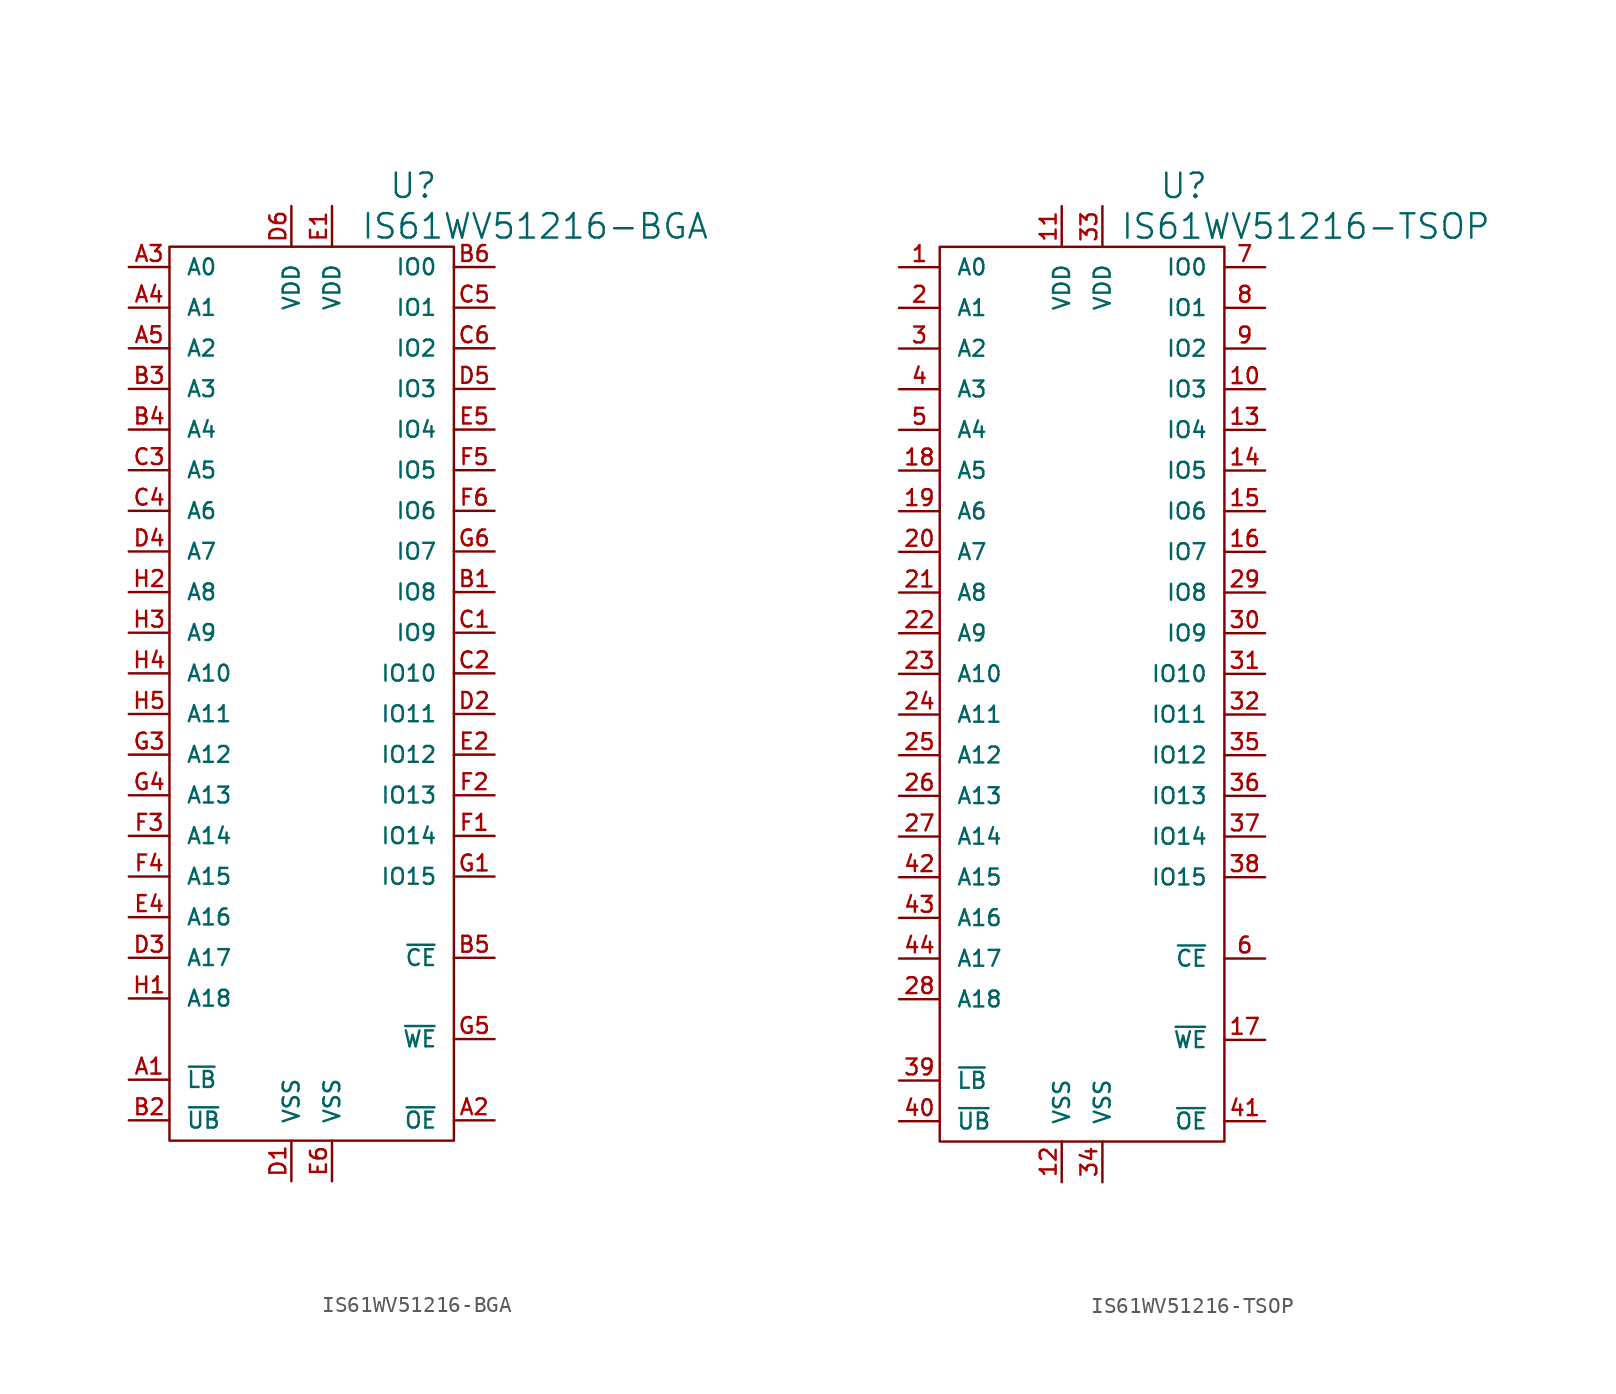
<source format=kicad_sym>
(kicad_symbol_lib
  (version 20220914)
  (generator kicad_symbol_editor)
  (symbol "IS61WV51216-BGA"
    (pin_names
      (offset 1.016))
    (property "Reference" "U"
      (at 6.35 31.75 0)
      (effects (font (size 1.524 1.524))))
    (property "Value" "IS61WV51216-BGA"
      (at 13.97 29.21 0)
      (effects (font (size 1.524 1.524))))
    (property "Footprint" ""
      (at -3.81 6.35 0)
      (effects (font (size 1.524 1.524))))
    (property "Datasheet" ""
      (at 0 0 0)
      (effects (font (size 1.524 1.524))))
    (symbol "IS61WV51216-BGA_0_1"
      (rectangle (start -8.89 27.94) (end 8.89 -27.94) (stroke (width 0) (type solid)) (fill (type none))))
    (symbol "IS61WV51216-BGA_1_1"
      (pin passive line (at -11.43 -24.13 0) (length 2.54) (name "~{LB}" (effects (font (size 0.991 0.991)))) (number "A1" (effects (font (size 0.991 0.991)))))
      (pin passive line (at 11.43 -26.67 180) (length 2.54) (name "~{OE}" (effects (font (size 0.991 0.991)))) (number "A2" (effects (font (size 0.991 0.991)))))
      (pin passive line (at -11.43 26.67 0) (length 2.54) (name "A0" (effects (font (size 0.991 0.991)))) (number "A3" (effects (font (size 0.991 0.991)))))
      (pin passive line (at -11.43 24.13 0) (length 2.54) (name "A1" (effects (font (size 0.991 0.991)))) (number "A4" (effects (font (size 0.991 0.991)))))
      (pin passive line (at -11.43 21.59 0) (length 2.54) (name "A2" (effects (font (size 0.991 0.991)))) (number "A5" (effects (font (size 0.991 0.991)))))
      (pin passive line (at 11.43 6.35 180) (length 2.54) (name "IO8" (effects (font (size 0.991 0.991)))) (number "B1" (effects (font (size 0.991 0.991)))))
      (pin passive line (at -11.43 -26.67 0) (length 2.54) (name "~{UB}" (effects (font (size 0.991 0.991)))) (number "B2" (effects (font (size 0.991 0.991)))))
      (pin passive line (at -11.43 19.05 0) (length 2.54) (name "A3" (effects (font (size 0.991 0.991)))) (number "B3" (effects (font (size 0.991 0.991)))))
      (pin passive line (at -11.43 16.51 0) (length 2.54) (name "A4" (effects (font (size 0.991 0.991)))) (number "B4" (effects (font (size 0.991 0.991)))))
      (pin passive line (at 11.43 -16.51 180) (length 2.54) (name "~{CE}" (effects (font (size 0.991 0.991)))) (number "B5" (effects (font (size 0.991 0.991)))))
      (pin passive line (at 11.43 26.67 180) (length 2.54) (name "IO0" (effects (font (size 0.991 0.991)))) (number "B6" (effects (font (size 0.991 0.991)))))
      (pin passive line (at 11.43 3.81 180) (length 2.54) (name "IO9" (effects (font (size 0.991 0.991)))) (number "C1" (effects (font (size 0.991 0.991)))))
      (pin passive line (at 11.43 1.27 180) (length 2.54) (name "IO10" (effects (font (size 0.991 0.991)))) (number "C2" (effects (font (size 0.991 0.991)))))
      (pin passive line (at -11.43 13.97 0) (length 2.54) (name "A5" (effects (font (size 0.991 0.991)))) (number "C3" (effects (font (size 0.991 0.991)))))
      (pin passive line (at -11.43 11.43 0) (length 2.54) (name "A6" (effects (font (size 0.991 0.991)))) (number "C4" (effects (font (size 0.991 0.991)))))
      (pin passive line (at 11.43 24.13 180) (length 2.54) (name "IO1" (effects (font (size 0.991 0.991)))) (number "C5" (effects (font (size 0.991 0.991)))))
      (pin passive line (at 11.43 21.59 180) (length 2.54) (name "IO2" (effects (font (size 0.991 0.991)))) (number "C6" (effects (font (size 0.991 0.991)))))
      (pin passive line (at -1.27 -30.48 90) (length 2.54) (name "VSS" (effects (font (size 0.991 0.991)))) (number "D1" (effects (font (size 0.991 0.991)))))
      (pin passive line (at 11.43 -1.27 180) (length 2.54) (name "IO11" (effects (font (size 0.991 0.991)))) (number "D2" (effects (font (size 0.991 0.991)))))
      (pin passive line (at -11.43 -16.51 0) (length 2.54) (name "A17" (effects (font (size 0.991 0.991)))) (number "D3" (effects (font (size 0.991 0.991)))))
      (pin passive line (at -11.43 8.89 0) (length 2.54) (name "A7" (effects (font (size 0.991 0.991)))) (number "D4" (effects (font (size 0.991 0.991)))))
      (pin passive line (at 11.43 19.05 180) (length 2.54) (name "IO3" (effects (font (size 0.991 0.991)))) (number "D5" (effects (font (size 0.991 0.991)))))
      (pin passive line (at -1.27 30.48 270) (length 2.54) (name "VDD" (effects (font (size 0.991 0.991)))) (number "D6" (effects (font (size 0.991 0.991)))))
      (pin passive line (at 1.27 30.48 270) (length 2.54) (name "VDD" (effects (font (size 0.991 0.991)))) (number "E1" (effects (font (size 0.991 0.991)))))
      (pin passive line (at 11.43 -3.81 180) (length 2.54) (name "IO12" (effects (font (size 0.991 0.991)))) (number "E2" (effects (font (size 0.991 0.991)))))
      (pin passive line (at -11.43 -13.97 0) (length 2.54) (name "A16" (effects (font (size 0.991 0.991)))) (number "E4" (effects (font (size 0.991 0.991)))))
      (pin passive line (at 11.43 16.51 180) (length 2.54) (name "IO4" (effects (font (size 0.991 0.991)))) (number "E5" (effects (font (size 0.991 0.991)))))
      (pin passive line (at 1.27 -30.48 90) (length 2.54) (name "VSS" (effects (font (size 0.991 0.991)))) (number "E6" (effects (font (size 0.991 0.991)))))
      (pin passive line (at 11.43 -8.89 180) (length 2.54) (name "IO14" (effects (font (size 0.991 0.991)))) (number "F1" (effects (font (size 0.991 0.991)))))
      (pin passive line (at 11.43 -6.35 180) (length 2.54) (name "IO13" (effects (font (size 0.991 0.991)))) (number "F2" (effects (font (size 0.991 0.991)))))
      (pin passive line (at -11.43 -8.89 0) (length 2.54) (name "A14" (effects (font (size 0.991 0.991)))) (number "F3" (effects (font (size 0.991 0.991)))))
      (pin passive line (at -11.43 -11.43 0) (length 2.54) (name "A15" (effects (font (size 0.991 0.991)))) (number "F4" (effects (font (size 0.991 0.991)))))
      (pin passive line (at 11.43 13.97 180) (length 2.54) (name "IO5" (effects (font (size 0.991 0.991)))) (number "F5" (effects (font (size 0.991 0.991)))))
      (pin passive line (at 11.43 11.43 180) (length 2.54) (name "IO6" (effects (font (size 0.991 0.991)))) (number "F6" (effects (font (size 0.991 0.991)))))
      (pin passive line (at 11.43 -11.43 180) (length 2.54) (name "IO15" (effects (font (size 0.991 0.991)))) (number "G1" (effects (font (size 0.991 0.991)))))
      (pin passive line (at -11.43 -3.81 0) (length 2.54) (name "A12" (effects (font (size 0.991 0.991)))) (number "G3" (effects (font (size 0.991 0.991)))))
      (pin passive line (at -11.43 -6.35 0) (length 2.54) (name "A13" (effects (font (size 0.991 0.991)))) (number "G4" (effects (font (size 0.991 0.991)))))
      (pin passive line (at 11.43 -21.59 180) (length 2.54) (name "~{WE}" (effects (font (size 0.991 0.991)))) (number "G5" (effects (font (size 0.991 0.991)))))
      (pin passive line (at 11.43 8.89 180) (length 2.54) (name "IO7" (effects (font (size 0.991 0.991)))) (number "G6" (effects (font (size 0.991 0.991)))))
      (pin passive line (at -11.43 -19.05 0) (length 2.54) (name "A18" (effects (font (size 0.991 0.991)))) (number "H1" (effects (font (size 0.991 0.991)))))
      (pin passive line (at -11.43 6.35 0) (length 2.54) (name "A8" (effects (font (size 0.991 0.991)))) (number "H2" (effects (font (size 0.991 0.991)))))
      (pin passive line (at -11.43 3.81 0) (length 2.54) (name "A9" (effects (font (size 0.991 0.991)))) (number "H3" (effects (font (size 0.991 0.991)))))
      (pin passive line (at -11.43 1.27 0) (length 2.54) (name "A10" (effects (font (size 0.991 0.991)))) (number "H4" (effects (font (size 0.991 0.991)))))
      (pin passive line (at -11.43 -1.27 0) (length 2.54) (name "A11" (effects (font (size 0.991 0.991)))) (number "H5" (effects (font (size 0.991 0.991)))))))
  (symbol "IS61WV51216-TSOP"
    (pin_names
      (offset 1.016))
    (property "Reference" "U"
      (at 6.35 31.75 0)
      (effects (font (size 1.524 1.524))))
    (property "Value" "IS61WV51216-TSOP"
      (at 13.97 29.21 0)
      (effects (font (size 1.524 1.524))))
    (property "Footprint" ""
      (at -3.81 6.35 0)
      (effects (font (size 1.524 1.524))))
    (property "Datasheet" ""
      (at 0 0 0)
      (effects (font (size 1.524 1.524))))
    (symbol "IS61WV51216-TSOP_0_1"
      (rectangle (start -8.89 27.94) (end 8.89 -27.94) (stroke (width 0) (type solid)) (fill (type none))))
    (symbol "IS61WV51216-TSOP_1_1"
      (pin passive line (at -11.43 26.67 0) (length 2.54) (name "A0" (effects (font (size 0.991 0.991)))) (number "1" (effects (font (size 0.991 0.991)))))
      (pin passive line (at 11.43 19.05 180) (length 2.54) (name "IO3" (effects (font (size 0.991 0.991)))) (number "10" (effects (font (size 0.991 0.991)))))
      (pin passive line (at -1.27 30.48 270) (length 2.54) (name "VDD" (effects (font (size 0.991 0.991)))) (number "11" (effects (font (size 0.991 0.991)))))
      (pin passive line (at -1.27 -30.48 90) (length 2.54) (name "VSS" (effects (font (size 0.991 0.991)))) (number "12" (effects (font (size 0.991 0.991)))))
      (pin passive line (at 11.43 16.51 180) (length 2.54) (name "IO4" (effects (font (size 0.991 0.991)))) (number "13" (effects (font (size 0.991 0.991)))))
      (pin passive line (at 11.43 13.97 180) (length 2.54) (name "IO5" (effects (font (size 0.991 0.991)))) (number "14" (effects (font (size 0.991 0.991)))))
      (pin passive line (at 11.43 11.43 180) (length 2.54) (name "IO6" (effects (font (size 0.991 0.991)))) (number "15" (effects (font (size 0.991 0.991)))))
      (pin passive line (at 11.43 8.89 180) (length 2.54) (name "IO7" (effects (font (size 0.991 0.991)))) (number "16" (effects (font (size 0.991 0.991)))))
      (pin passive line (at 11.43 -21.59 180) (length 2.54) (name "~{WE}" (effects (font (size 0.991 0.991)))) (number "17" (effects (font (size 0.991 0.991)))))
      (pin passive line (at -11.43 13.97 0) (length 2.54) (name "A5" (effects (font (size 0.991 0.991)))) (number "18" (effects (font (size 0.991 0.991)))))
      (pin passive line (at -11.43 11.43 0) (length 2.54) (name "A6" (effects (font (size 0.991 0.991)))) (number "19" (effects (font (size 0.991 0.991)))))
      (pin passive line (at -11.43 24.13 0) (length 2.54) (name "A1" (effects (font (size 0.991 0.991)))) (number "2" (effects (font (size 0.991 0.991)))))
      (pin passive line (at -11.43 8.89 0) (length 2.54) (name "A7" (effects (font (size 0.991 0.991)))) (number "20" (effects (font (size 0.991 0.991)))))
      (pin passive line (at -11.43 6.35 0) (length 2.54) (name "A8" (effects (font (size 0.991 0.991)))) (number "21" (effects (font (size 0.991 0.991)))))
      (pin passive line (at -11.43 3.81 0) (length 2.54) (name "A9" (effects (font (size 0.991 0.991)))) (number "22" (effects (font (size 0.991 0.991)))))
      (pin passive line (at -11.43 1.27 0) (length 2.54) (name "A10" (effects (font (size 0.991 0.991)))) (number "23" (effects (font (size 0.991 0.991)))))
      (pin passive line (at -11.43 -1.27 0) (length 2.54) (name "A11" (effects (font (size 0.991 0.991)))) (number "24" (effects (font (size 0.991 0.991)))))
      (pin passive line (at -11.43 -3.81 0) (length 2.54) (name "A12" (effects (font (size 0.991 0.991)))) (number "25" (effects (font (size 0.991 0.991)))))
      (pin passive line (at -11.43 -6.35 0) (length 2.54) (name "A13" (effects (font (size 0.991 0.991)))) (number "26" (effects (font (size 0.991 0.991)))))
      (pin passive line (at -11.43 -8.89 0) (length 2.54) (name "A14" (effects (font (size 0.991 0.991)))) (number "27" (effects (font (size 0.991 0.991)))))
      (pin passive line (at -11.43 -19.05 0) (length 2.54) (name "A18" (effects (font (size 0.991 0.991)))) (number "28" (effects (font (size 0.991 0.991)))))
      (pin passive line (at 11.43 6.35 180) (length 2.54) (name "IO8" (effects (font (size 0.991 0.991)))) (number "29" (effects (font (size 0.991 0.991)))))
      (pin passive line (at -11.43 21.59 0) (length 2.54) (name "A2" (effects (font (size 0.991 0.991)))) (number "3" (effects (font (size 0.991 0.991)))))
      (pin passive line (at 11.43 3.81 180) (length 2.54) (name "IO9" (effects (font (size 0.991 0.991)))) (number "30" (effects (font (size 0.991 0.991)))))
      (pin passive line (at 11.43 1.27 180) (length 2.54) (name "IO10" (effects (font (size 0.991 0.991)))) (number "31" (effects (font (size 0.991 0.991)))))
      (pin passive line (at 11.43 -1.27 180) (length 2.54) (name "IO11" (effects (font (size 0.991 0.991)))) (number "32" (effects (font (size 0.991 0.991)))))
      (pin passive line (at 1.27 30.48 270) (length 2.54) (name "VDD" (effects (font (size 0.991 0.991)))) (number "33" (effects (font (size 0.991 0.991)))))
      (pin passive line (at 1.27 -30.48 90) (length 2.54) (name "VSS" (effects (font (size 0.991 0.991)))) (number "34" (effects (font (size 0.991 0.991)))))
      (pin passive line (at 11.43 -3.81 180) (length 2.54) (name "IO12" (effects (font (size 0.991 0.991)))) (number "35" (effects (font (size 0.991 0.991)))))
      (pin passive line (at 11.43 -6.35 180) (length 2.54) (name "IO13" (effects (font (size 0.991 0.991)))) (number "36" (effects (font (size 0.991 0.991)))))
      (pin passive line (at 11.43 -8.89 180) (length 2.54) (name "IO14" (effects (font (size 0.991 0.991)))) (number "37" (effects (font (size 0.991 0.991)))))
      (pin passive line (at 11.43 -11.43 180) (length 2.54) (name "IO15" (effects (font (size 0.991 0.991)))) (number "38" (effects (font (size 0.991 0.991)))))
      (pin passive line (at -11.43 -24.13 0) (length 2.54) (name "~{LB}" (effects (font (size 0.991 0.991)))) (number "39" (effects (font (size 0.991 0.991)))))
      (pin passive line (at -11.43 19.05 0) (length 2.54) (name "A3" (effects (font (size 0.991 0.991)))) (number "4" (effects (font (size 0.991 0.991)))))
      (pin passive line (at -11.43 -26.67 0) (length 2.54) (name "~{UB}" (effects (font (size 0.991 0.991)))) (number "40" (effects (font (size 0.991 0.991)))))
      (pin passive line (at 11.43 -26.67 180) (length 2.54) (name "~{OE}" (effects (font (size 0.991 0.991)))) (number "41" (effects (font (size 0.991 0.991)))))
      (pin passive line (at -11.43 -11.43 0) (length 2.54) (name "A15" (effects (font (size 0.991 0.991)))) (number "42" (effects (font (size 0.991 0.991)))))
      (pin passive line (at -11.43 -13.97 0) (length 2.54) (name "A16" (effects (font (size 0.991 0.991)))) (number "43" (effects (font (size 0.991 0.991)))))
      (pin passive line (at -11.43 -16.51 0) (length 2.54) (name "A17" (effects (font (size 0.991 0.991)))) (number "44" (effects (font (size 0.991 0.991)))))
      (pin passive line (at -11.43 16.51 0) (length 2.54) (name "A4" (effects (font (size 0.991 0.991)))) (number "5" (effects (font (size 0.991 0.991)))))
      (pin passive line (at 11.43 -16.51 180) (length 2.54) (name "~{CE}" (effects (font (size 0.991 0.991)))) (number "6" (effects (font (size 0.991 0.991)))))
      (pin passive line (at 11.43 26.67 180) (length 2.54) (name "IO0" (effects (font (size 0.991 0.991)))) (number "7" (effects (font (size 0.991 0.991)))))
      (pin passive line (at 11.43 24.13 180) (length 2.54) (name "IO1" (effects (font (size 0.991 0.991)))) (number "8" (effects (font (size 0.991 0.991)))))
      (pin passive line (at 11.43 21.59 180) (length 2.54) (name "IO2" (effects (font (size 0.991 0.991)))) (number "9" (effects (font (size 0.991 0.991))))))))
</source>
